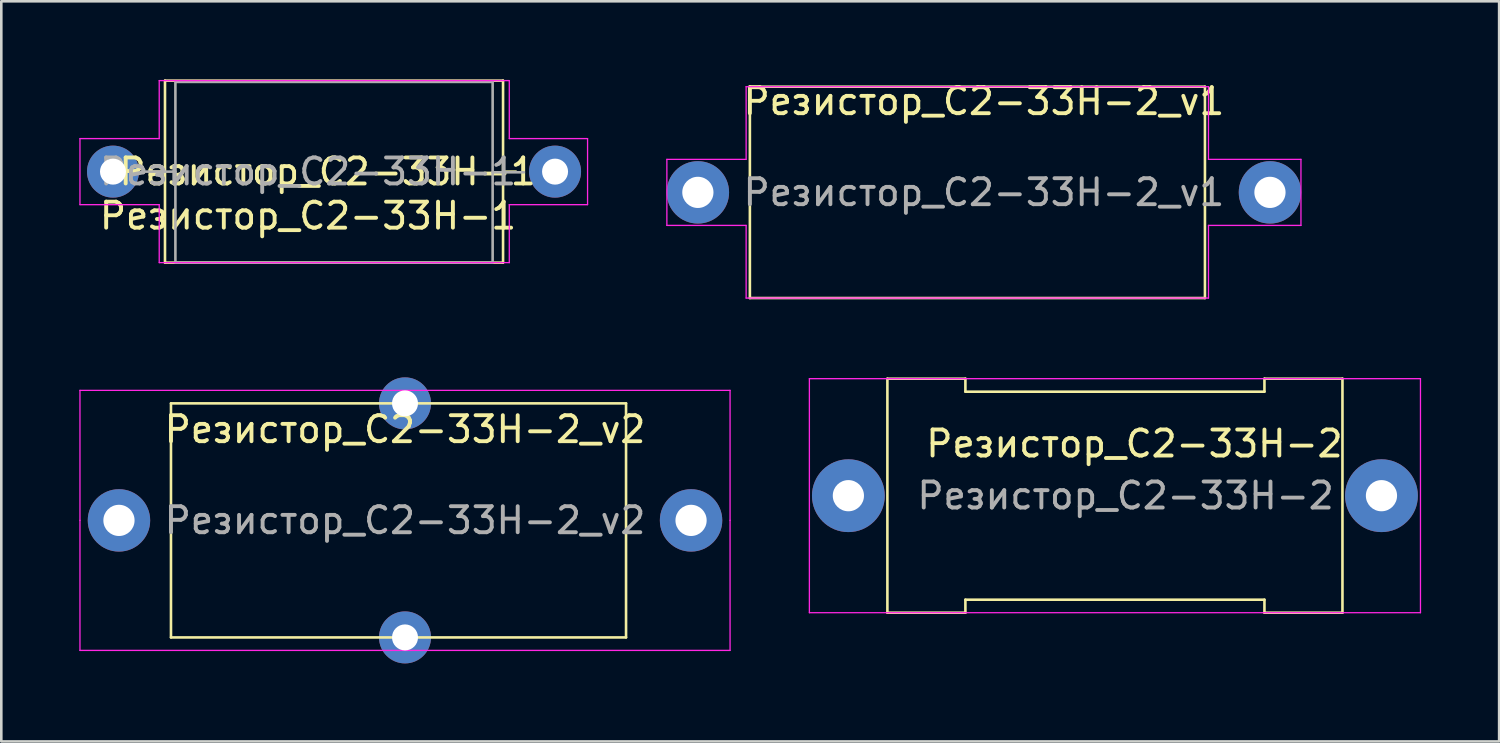
<source format=kicad_pcb>
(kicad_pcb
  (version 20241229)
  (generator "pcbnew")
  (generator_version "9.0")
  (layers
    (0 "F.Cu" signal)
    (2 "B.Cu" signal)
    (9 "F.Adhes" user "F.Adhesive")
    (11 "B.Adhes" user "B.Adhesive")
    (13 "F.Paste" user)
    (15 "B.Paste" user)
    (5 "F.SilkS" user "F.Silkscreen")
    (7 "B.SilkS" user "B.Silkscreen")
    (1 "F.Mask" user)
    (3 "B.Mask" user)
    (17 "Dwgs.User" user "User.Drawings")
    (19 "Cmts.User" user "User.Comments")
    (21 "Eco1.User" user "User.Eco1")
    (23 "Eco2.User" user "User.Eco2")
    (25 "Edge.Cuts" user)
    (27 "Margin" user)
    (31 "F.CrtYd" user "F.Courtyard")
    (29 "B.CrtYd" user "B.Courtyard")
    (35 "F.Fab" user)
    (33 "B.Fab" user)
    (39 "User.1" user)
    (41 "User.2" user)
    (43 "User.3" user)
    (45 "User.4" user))
  (footprint "Резистор_С2-33Н-2"
    (layer "F.Cu")
    (at 29.575 16.012)
    (property "Reference" "Резистор_С2-33Н-2" (at 11 -2 0) (layer "F.SilkS") (effects (font (size 1 1) (thickness 0.15))))
    (attr through_hole)
    (fp_line (start 1.5 -4.5) (end 1.5 4.5) (stroke (width 0.1) (type default)) (layer "F.SilkS"))
    (fp_line (start 4.5 -4.5) (end 1.5 -4.5) (stroke (width 0.1) (type default)) (layer "F.SilkS"))
    (fp_line (start 4.5 -4) (end 4.5 -4.5) (stroke (width 0.1) (type default)) (layer "F.SilkS"))
    (fp_line (start 4.5 4.5) (end 1.5 4.5) (stroke (width 0.1) (type default)) (layer "F.SilkS"))
    (fp_line (start 4.5 4.5) (end 4.5 4) (stroke (width 0.1) (type default)) (layer "F.SilkS"))
    (fp_line (start 16 -4.5) (end 16 -4) (stroke (width 0.1) (type default)) (layer "F.SilkS"))
    (fp_line (start 16 -4) (end 4.5 -4) (stroke (width 0.1) (type default)) (layer "F.SilkS"))
    (fp_line (start 16 4) (end 4.5 4) (stroke (width 0.1) (type default)) (layer "F.SilkS"))
    (fp_line (start 16 4) (end 16 4.5) (stroke (width 0.1) (type default)) (layer "F.SilkS"))
    (fp_line (start 19 -4.5) (end 16 -4.5) (stroke (width 0.1) (type default)) (layer "F.SilkS"))
    (fp_line (start 19 -4.5) (end 19 4.5) (stroke (width 0.1) (type default)) (layer "F.SilkS"))
    (fp_line (start 19 4.5) (end 16 4.5) (stroke (width 0.1) (type default)) (layer "F.SilkS"))
    (fp_line (start -1.5 -4.5) (end -1.5 4.5) (stroke (width 0.05) (type solid)) (layer "F.CrtYd"))
    (fp_line (start -1.5 4.5) (end 22 4.5) (stroke (width 0.05) (type solid)) (layer "F.CrtYd"))
    (fp_line (start 22 -4.5) (end -1.5 -4.5) (stroke (width 0.05) (type solid)) (layer "F.CrtYd"))
    (fp_line (start 22 4.5) (end 22 -4.5) (stroke (width 0.05) (type solid)) (layer "F.CrtYd"))
    (fp_text user "${REFERENCE}" (at 10.66 0 0) (layer "F.Fab") (effects (font (size 1 1) (thickness 0.15))))
    (pad "1" thru_hole circle (at 0 0) (size 2.8 2.8) (drill 1.2) (layers "*.Cu" "*.Mask"))
    (pad "2" thru_hole circle (at 20.5 0) (size 2.8 2.8) (drill 1.2) (layers "*.Cu" "*.Mask")))
  (footprint "Резистор_С2-33Н-2_v1"
    (layer "F.Cu")
    (at 34.787 4.348)
    (property "Reference" "Резистор_С2-33Н-2_v1" (at 0 -3.5 0) (layer "F.SilkS") (effects (font (size 1 1) (thickness 0.15))))
    (attr through_hole)
    (fp_line (start -9 -4.064) (end -9 4.064) (stroke (width 0.1) (type default)) (layer "F.SilkS"))
    (fp_line (start 8.5 -4.064) (end -9 -4.064) (stroke (width 0.1) (type default)) (layer "F.SilkS"))
    (fp_line (start 8.5 -4.064) (end 8.5 4.064) (stroke (width 0.1) (type default)) (layer "F.SilkS"))
    (fp_line (start 8.5 4.064) (end -9 4.064) (stroke (width 0.1) (type default)) (layer "F.SilkS"))
    (fp_line (start -12.192 -1.27) (end -9.144 -1.27) (stroke (width 0.05) (type default)) (layer "F.CrtYd"))
    (fp_line (start -12.192 1.27) (end -12.192 -1.27) (stroke (width 0.05) (type default)) (layer "F.CrtYd"))
    (fp_line (start -9.144 -4.064) (end 8.636 -4.064) (stroke (width 0.05) (type default)) (layer "F.CrtYd"))
    (fp_line (start -9.144 -1.27) (end -9.144 -4.064) (stroke (width 0.05) (type default)) (layer "F.CrtYd"))
    (fp_line (start -9.144 1.27) (end -12.192 1.27) (stroke (width 0.05) (type default)) (layer "F.CrtYd"))
    (fp_line (start -9.144 4.064) (end -9.144 1.27) (stroke (width 0.05) (type default)) (layer "F.CrtYd"))
    (fp_line (start 8.636 -4.064) (end 8.636 -1.27) (stroke (width 0.05) (type default)) (layer "F.CrtYd"))
    (fp_line (start 8.636 -1.27) (end 12.192 -1.27) (stroke (width 0.05) (type default)) (layer "F.CrtYd"))
    (fp_line (start 8.636 1.27) (end 8.636 4.064) (stroke (width 0.05) (type default)) (layer "F.CrtYd"))
    (fp_line (start 8.636 4.064) (end -9.144 4.064) (stroke (width 0.05) (type default)) (layer "F.CrtYd"))
    (fp_line (start 12.192 -1.27) (end 12.192 1.27) (stroke (width 0.05) (type default)) (layer "F.CrtYd"))
    (fp_line (start 12.192 1.27) (end 8.636 1.27) (stroke (width 0.05) (type default)) (layer "F.CrtYd"))
    (fp_text user "${REFERENCE}" (at 0 0 0) (layer "F.Fab") (effects (font (size 1 1) (thickness 0.15))))
    (pad "1" thru_hole circle (at -11 0) (size 2.4 2.4) (drill 1.2) (layers "*.Cu" "*.Mask"))
    (pad "2" thru_hole circle (at 11 0) (size 2.4 2.4) (drill 1.2) (layers "*.Cu" "*.Mask")))
  (footprint "Резистор_С2-33Н-2_v2"
    (layer "F.Cu")
    (at 12.525 16.962)
    (property "Reference" "Резистор_С2-33Н-2_v2" (at 0 -3.5 0) (layer "F.SilkS") (effects (font (size 1 1) (thickness 0.15))))
    (attr through_hole)
    (fp_line (start -9 -4.5) (end -9 4.5) (stroke (width 0.1) (type default)) (layer "F.SilkS"))
    (fp_line (start 8.5 -4.5) (end -9 -4.5) (stroke (width 0.1) (type default)) (layer "F.SilkS"))
    (fp_line (start 8.5 -4.5) (end 8.5 4.5) (stroke (width 0.1) (type default)) (layer "F.SilkS"))
    (fp_line (start 8.5 4.5) (end -9 4.5) (stroke (width 0.1) (type default)) (layer "F.SilkS"))
    (fp_line (start -12.5 -5) (end 12.5 -5) (stroke (width 0.05) (type default)) (layer "F.CrtYd"))
    (fp_line (start -12.5 0) (end -12.5 -5) (stroke (width 0.05) (type default)) (layer "F.CrtYd"))
    (fp_line (start -12.5 5) (end -12.5 0) (stroke (width 0.05) (type default)) (layer "F.CrtYd"))
    (fp_line (start 12.5 -5) (end 12.5 0) (stroke (width 0.05) (type default)) (layer "F.CrtYd"))
    (fp_line (start 12.5 0) (end 12.5 5) (stroke (width 0.05) (type default)) (layer "F.CrtYd"))
    (fp_line (start 12.5 5) (end -12.5 5) (stroke (width 0.05) (type default)) (layer "F.CrtYd"))
    (fp_text user "${REFERENCE}" (at 0 0 0) (layer "F.Fab") (effects (font (size 1 1) (thickness 0.15))))
    (pad "1" thru_hole circle (at -11 0) (size 2.4 2.4) (drill 1.2) (layers "*.Cu" "*.Mask"))
    (pad "2" thru_hole circle (at 11 0) (size 2.4 2.4) (drill 1.2) (layers "*.Cu" "*.Mask"))
    (pad "3" thru_hole circle (at 0 -4.5) (size 2 2) (drill 1) (layers "*.Cu" "*.Mask"))
    (pad "3" thru_hole circle (at 0 4.5) (size 2 2) (drill 1) (layers "*.Cu" "*.Mask")))
  (footprint "Резистор_С2-33Н-1"
    (layer "F.Cu")
    (at 1.295 3.55)
    (property "Reference" "Резистор_С2-33Н-1" (at 8.25 0 0) (layer "F.SilkS") (effects (font (size 1 1) (thickness 0.15))))
    (property "Value" "Резистор_С2-33Н-1" (at 8 2.5 0) (layer "F.Fab") (hide yes) (effects (font (size 1 1) (thickness 0.15))))
    (attr through_hole)
    (fp_line (start 1.524 0) (end 2 0) (stroke (width 0.1) (type default)) (layer "F.SilkS"))
    (fp_line (start 2 -3.5) (end 2 0) (stroke (width 0.1) (type default)) (layer "F.SilkS"))
    (fp_line (start 2 -3.5) (end 15 -3.5) (stroke (width 0.1) (type default)) (layer "F.SilkS"))
    (fp_line (start 2 0) (end 2 3.5) (stroke (width 0.1) (type default)) (layer "F.SilkS"))
    (fp_line (start 2 3.5) (end 15 3.5) (stroke (width 0.1) (type default)) (layer "F.SilkS"))
    (fp_line (start 15 -3.5) (end 15 0) (stroke (width 0.1) (type default)) (layer "F.SilkS"))
    (fp_line (start 15 0) (end 15 3.5) (stroke (width 0.1) (type default)) (layer "F.SilkS"))
    (fp_line (start 15 0) (end 15.494 0) (stroke (width 0.1) (type default)) (layer "F.SilkS"))
    (fp_line (start -1.27 -1.27) (end 1.778 -1.27) (stroke (width 0.05) (type default)) (layer "F.CrtYd"))
    (fp_line (start -1.27 1.27) (end -1.27 -1.27) (stroke (width 0.05) (type solid)) (layer "F.CrtYd"))
    (fp_line (start -1.27 1.27) (end 1.778 1.27) (stroke (width 0.05) (type default)) (layer "F.CrtYd"))
    (fp_line (start 1.778 -1.27) (end 1.778 -3.5) (stroke (width 0.05) (type default)) (layer "F.CrtYd"))
    (fp_line (start 1.778 1.27) (end 1.778 3.5) (stroke (width 0.05) (type default)) (layer "F.CrtYd"))
    (fp_line (start 1.778 3.5) (end 15.24 3.5) (stroke (width 0.05) (type solid)) (layer "F.CrtYd"))
    (fp_line (start 15.24 -3.5) (end 1.778 -3.5) (stroke (width 0.05) (type solid)) (layer "F.CrtYd"))
    (fp_line (start 15.24 -1.27) (end 15.24 -3.5) (stroke (width 0.05) (type default)) (layer "F.CrtYd"))
    (fp_line (start 15.24 1.27) (end 15.24 3.5) (stroke (width 0.05) (type default)) (layer "F.CrtYd"))
    (fp_line (start 18.25 -1.27) (end 15.24 -1.27) (stroke (width 0.05) (type default)) (layer "F.CrtYd"))
    (fp_line (start 18.25 1.27) (end 15.24 1.27) (stroke (width 0.05) (type default)) (layer "F.CrtYd"))
    (fp_line (start 18.25 1.27) (end 18.25 -1.27) (stroke (width 0.05) (type solid)) (layer "F.CrtYd"))
    (fp_line (start 1.2 0) (end 2.4 0) (stroke (width 0.1) (type default)) (layer "F.Fab"))
    (fp_line (start 14.6 0.025) (end 15.8 0.025) (stroke (width 0.1) (type default)) (layer "F.Fab"))
    (fp_rect (start 2.4 -3.45) (end 14.6 3.5) (stroke (width 0.1) (type default)) (fill no) (layer "F.Fab"))
    (fp_text user "${VALUE}" (at 7.5 1.7 0) (layer "F.SilkS") (effects (font (size 1 1) (thickness 0.15))))
    (fp_text user "${REFERENCE}" (at 7.5 0 0) (layer "F.Fab") (effects (font (size 1 1) (thickness 0.15))))
    (pad "1" thru_hole circle (at 0 0) (size 2 2) (drill 1) (layers "*.Cu" "*.Mask"))
    (pad "2" thru_hole circle (at 17 0) (size 2 2) (drill 1) (layers "*.Cu" "*.Mask")))
  (gr_rect
    (start -3 -3)
    (end 54.6 25.462)
    (stroke (width 0.1) (type default))
    (fill no)
    (layer "Edge.Cuts")))
</source>
